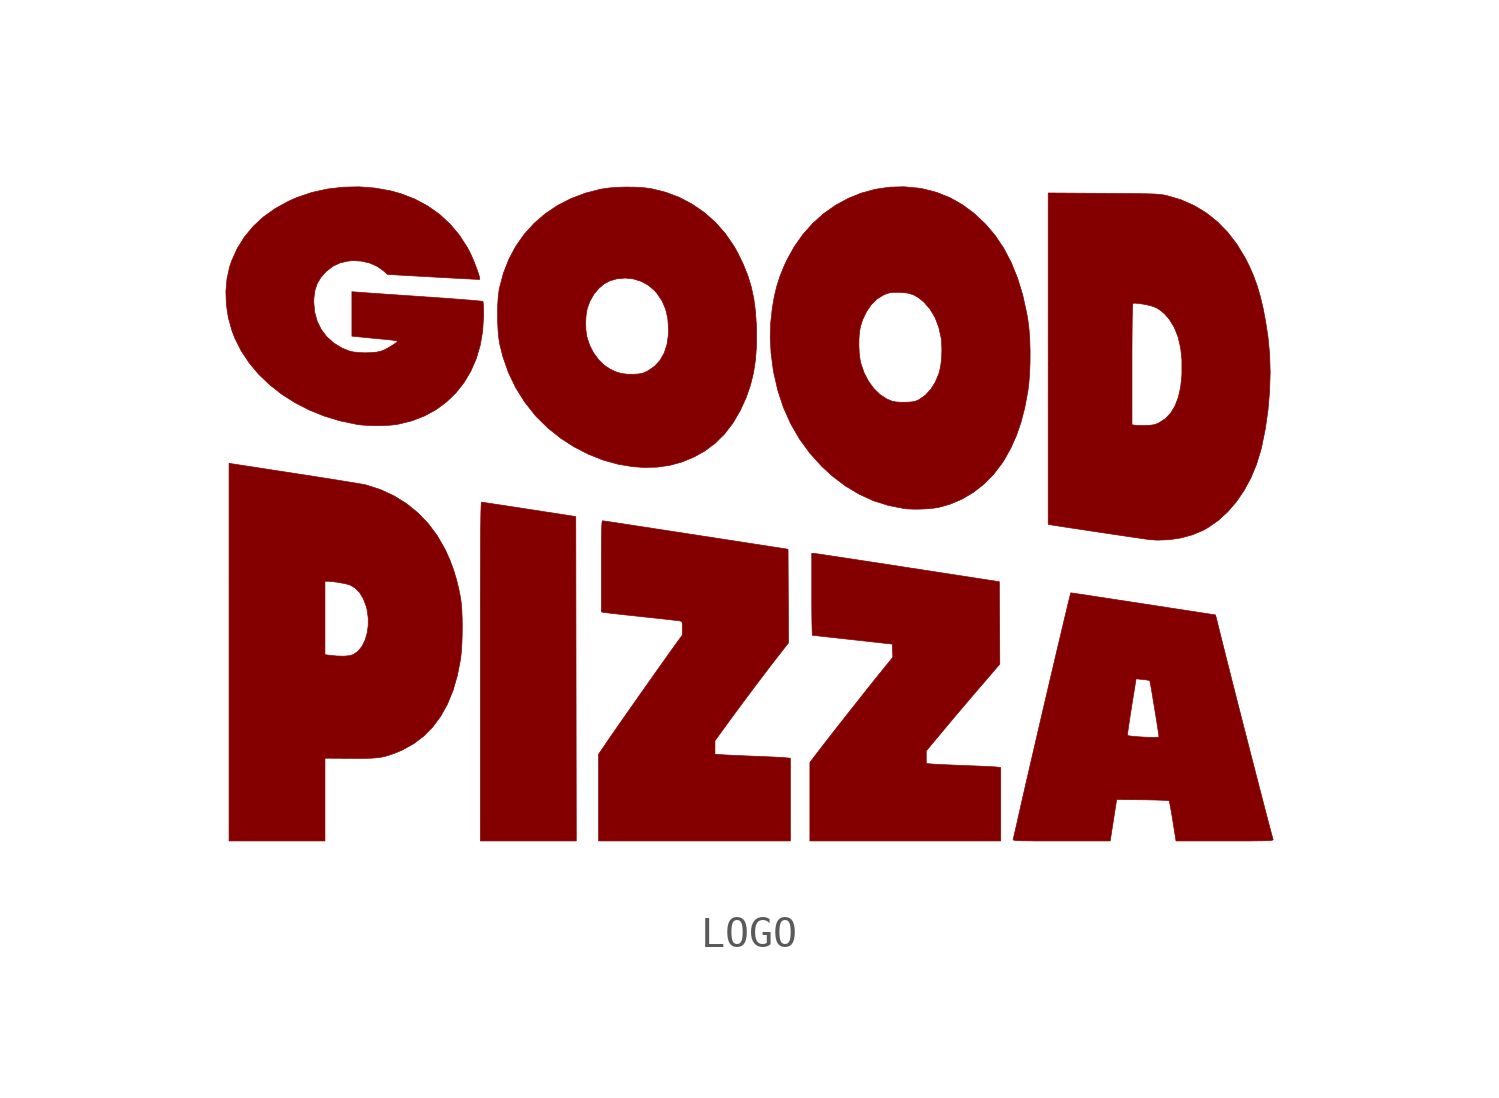
<source format=kicad_sym>
(kicad_symbol_lib
  (version 20210619)
  (generator bitmap2component)
  (symbol "LOGO"
    (pin_names
      (offset 1.016))
    (property "Reference" "#G"
      (at 0 11.575 0)
      (effects (font (size 1.27 1.27)) hide))
    (symbol "LOGO_0_0"
      (polyline (pts (xy -13.618 -8.296) (xy -12.784 -8.302) (xy -12.552 -8.303) (xy -12.31 -8.302) (xy -12.112 -8.297) (xy -11.947 -8.286) (xy -11.805 -8.269) (xy -11.676 -8.245) (xy -11.55 -8.211) (xy -11.418 -8.166) (xy -11.27 -8.111) (xy -11.074 -8.027) (xy -10.702 -7.822) (xy -10.367 -7.568) (xy -10.07 -7.266) (xy -9.812 -6.917) (xy -9.591 -6.52) (xy -9.409 -6.077) (xy -9.266 -5.586) (xy -9.161 -5.049) (xy -9.151 -4.977) (xy -9.13 -4.758) (xy -9.114 -4.504) (xy -9.106 -4.23) (xy -9.103 -3.95) (xy -9.107 -3.676) (xy -9.118 -3.422) (xy -9.135 -3.202) (xy -9.159 -3.03) (xy -9.21 -2.768) (xy -9.294 -2.419) (xy -9.39 -2.101) (xy -9.504 -1.796) (xy -9.642 -1.484) (xy -9.681 -1.405) (xy -9.931 -0.972) (xy -10.225 -0.58) (xy -10.56 -0.231) (xy -10.934 0.072) (xy -11.345 0.327) (xy -11.789 0.533) (xy -12.263 0.686) (xy -12.279 0.69) (xy -12.36 0.706) (xy -12.494 0.729) (xy -12.675 0.76) (xy -12.898 0.796) (xy -13.157 0.838) (xy -13.447 0.885) (xy -13.762 0.934) (xy -14.096 0.987) (xy -14.444 1.04) (xy -14.576 1.06) (xy -14.918 1.113) (xy -15.245 1.163) (xy -15.55 1.21) (xy -15.827 1.253) (xy -16.071 1.291) (xy -16.277 1.322) (xy -16.439 1.347) (xy -16.552 1.365) (xy -16.609 1.373) (xy -16.77 1.398) (xy -16.77 -2.479) (xy -13.618 -2.479) (xy -13.549 -2.479) (xy -13.484 -2.481) (xy -13.339 -2.494) (xy -13.178 -2.517) (xy -13.018 -2.546) (xy -12.88 -2.577) (xy -12.784 -2.608) (xy -12.631 -2.698) (xy -12.478 -2.852) (xy -12.354 -3.056) (xy -12.26 -3.306) (xy -12.233 -3.414) (xy -12.196 -3.678) (xy -12.196 -3.939) (xy -12.231 -4.187) (xy -12.298 -4.415) (xy -12.396 -4.613) (xy -12.522 -4.772) (xy -12.674 -4.883) (xy -12.683 -4.888) (xy -12.813 -4.926) (xy -12.995 -4.942) (xy -13.221 -4.937) (xy -13.488 -4.91) (xy -13.618 -4.893) (xy -13.618 -2.479) (xy -16.77 -2.479) (xy -16.77 -11.017) (xy -13.618 -11.017) (xy -13.618 -8.296)) (stroke (width 0.01)) (fill (type outline)))
      (polyline (pts (xy -5.363 -5.685) (xy -5.371 -0.353) (xy -6.901 -0.116) (xy -6.975 -0.105) (xy -7.27 -0.059) (xy -7.546 -0.017) (xy -7.798 0.021) (xy -8.018 0.055) (xy -8.2 0.082) (xy -8.341 0.103) (xy -8.432 0.117) (xy -8.469 0.121) (xy -8.474 0.111) (xy -8.479 0.077) (xy -8.483 0.018) (xy -8.486 -0.069) (xy -8.49 -0.186) (xy -8.493 -0.336) (xy -8.495 -0.519) (xy -8.498 -0.739) (xy -8.5 -0.998) (xy -8.502 -1.298) (xy -8.503 -1.642) (xy -8.504 -2.031) (xy -8.505 -2.468) (xy -8.506 -2.955) (xy -8.507 -3.494) (xy -8.507 -4.087) (xy -8.507 -4.738) (xy -8.507 -11.017) (xy -5.355 -11.017) (xy -5.363 -5.685)) (stroke (width 0.01)) (fill (type outline)))
      (polyline (pts (xy 1.683 -8.298) (xy 1.522 -8.281) (xy 1.453 -8.275) (xy 1.33 -8.268) (xy 1.165 -8.26) (xy 0.969 -8.251) (xy 0.75 -8.241) (xy 0.52 -8.232) (xy 0.308 -8.224) (xy 0.079 -8.214) (xy -0.134 -8.205) (xy -0.318 -8.196) (xy -0.463 -8.189) (xy -0.558 -8.182) (xy -0.796 -8.165) (xy -0.796 -7.723) (xy -0.374 -7.144) (xy -0.266 -6.995) (xy 0.044 -6.574) (xy 0.363 -6.146) (xy 0.679 -5.726) (xy 0.981 -5.328) (xy 1.26 -4.967) (xy 1.623 -4.502) (xy 1.615 -2.964) (xy 1.607 -1.427) (xy -1.423 -0.959) (xy -1.684 -0.919) (xy -2.098 -0.855) (xy -2.492 -0.795) (xy -2.863 -0.738) (xy -3.206 -0.685) (xy -3.518 -0.637) (xy -3.793 -0.595) (xy -4.029 -0.559) (xy -4.221 -0.53) (xy -4.364 -0.509) (xy -4.456 -0.495) (xy -4.491 -0.491) (xy -4.493 -0.491) (xy -4.501 -0.507) (xy -4.509 -0.552) (xy -4.515 -0.628) (xy -4.52 -0.74) (xy -4.523 -0.892) (xy -4.526 -1.089) (xy -4.528 -1.335) (xy -4.529 -1.633) (xy -4.529 -1.989) (xy -4.529 -3.487) (xy -4.46 -3.502) (xy -4.456 -3.503) (xy -4.401 -3.51) (xy -4.293 -3.523) (xy -4.14 -3.541) (xy -3.948 -3.562) (xy -3.725 -3.587) (xy -3.478 -3.613) (xy -3.213 -3.642) (xy -3.167 -3.647) (xy -2.904 -3.675) (xy -2.659 -3.701) (xy -2.439 -3.725) (xy -2.251 -3.747) (xy -2.102 -3.764) (xy -2 -3.776) (xy -1.951 -3.783) (xy -1.923 -3.789) (xy -1.891 -3.805) (xy -1.874 -3.84) (xy -1.868 -3.908) (xy -1.867 -4.023) (xy -1.867 -4.247) (xy -2.086 -4.548) (xy -2.116 -4.59) (xy -2.231 -4.749) (xy -2.373 -4.949) (xy -2.538 -5.181) (xy -2.72 -5.438) (xy -2.914 -5.712) (xy -3.115 -5.997) (xy -3.317 -6.284) (xy -3.515 -6.566) (xy -3.704 -6.835) (xy -3.878 -7.085) (xy -4.033 -7.307) (xy -4.163 -7.495) (xy -4.263 -7.64) (xy -4.621 -8.165) (xy -4.621 -11.017) (xy 1.683 -11.017) (xy 1.683 -8.298)) (stroke (width 0.01)) (fill (type outline)))
      (polyline (pts (xy 8.599 -8.603) (xy 8.469 -8.587) (xy 8.463 -8.586) (xy 8.39 -8.581) (xy 8.267 -8.574) (xy 8.103 -8.566) (xy 7.906 -8.557) (xy 7.686 -8.548) (xy 7.452 -8.539) (xy 7.429 -8.538) (xy 7.191 -8.529) (xy 6.963 -8.519) (xy 6.755 -8.51) (xy 6.578 -8.502) (xy 6.442 -8.494) (xy 6.358 -8.489) (xy 6.151 -8.471) (xy 6.151 -8.057) (xy 6.722 -7.372) (xy 6.875 -7.189) (xy 7.078 -6.947) (xy 7.298 -6.688) (xy 7.522 -6.424) (xy 7.737 -6.171) (xy 7.931 -5.945) (xy 8.569 -5.203) (xy 8.561 -3.849) (xy 8.553 -2.495) (xy 5.539 -2.03) (xy 5.296 -1.992) (xy 4.881 -1.928) (xy 4.486 -1.868) (xy 4.113 -1.811) (xy 3.768 -1.758) (xy 3.453 -1.71) (xy 3.174 -1.668) (xy 2.934 -1.632) (xy 2.739 -1.603) (xy 2.591 -1.581) (xy 2.495 -1.567) (xy 2.456 -1.562) (xy 2.387 -1.561) (xy 2.387 -2.907) (xy 2.387 -3.107) (xy 2.388 -3.374) (xy 2.39 -3.618) (xy 2.393 -3.83) (xy 2.397 -4.007) (xy 2.401 -4.141) (xy 2.405 -4.226) (xy 2.41 -4.256) (xy 2.423 -4.257) (xy 2.49 -4.264) (xy 2.607 -4.277) (xy 2.769 -4.295) (xy 2.969 -4.317) (xy 3.201 -4.343) (xy 3.458 -4.371) (xy 3.733 -4.402) (xy 5.034 -4.546) (xy 5.043 -4.763) (xy 5.052 -4.98) (xy 4.705 -5.405) (xy 4.605 -5.529) (xy 4.455 -5.715) (xy 4.281 -5.934) (xy 4.087 -6.178) (xy 3.88 -6.44) (xy 3.666 -6.71) (xy 3.453 -6.981) (xy 3.245 -7.245) (xy 3.051 -7.494) (xy 2.875 -7.719) (xy 2.725 -7.912) (xy 2.607 -8.066) (xy 2.326 -8.435) (xy 2.326 -11.017) (xy 8.599 -11.017) (xy 8.599 -8.603)) (stroke (width 0.01)) (fill (type outline)))
      (polyline (pts (xy 12.305 -10.336) (xy 12.411 -9.655) (xy 13.265 -9.663) (xy 13.456 -9.666) (xy 13.683 -9.671) (xy 13.87 -9.677) (xy 14.012 -9.684) (xy 14.103 -9.693) (xy 14.139 -9.702) (xy 14.141 -9.708) (xy 14.154 -9.764) (xy 14.174 -9.868) (xy 14.2 -10.01) (xy 14.229 -10.182) (xy 14.26 -10.374) (xy 14.363 -11.017) (xy 15.966 -11.017) (xy 16.259 -11.017) (xy 16.567 -11.017) (xy 16.823 -11.016) (xy 17.031 -11.014) (xy 17.196 -11.012) (xy 17.323 -11.009) (xy 17.417 -11.005) (xy 17.482 -11) (xy 17.523 -10.993) (xy 17.546 -10.985) (xy 17.554 -10.975) (xy 17.553 -10.963) (xy 17.547 -10.941) (xy 17.52 -10.848) (xy 17.481 -10.702) (xy 17.429 -10.508) (xy 17.367 -10.27) (xy 17.294 -9.993) (xy 17.214 -9.683) (xy 17.125 -9.342) (xy 17.031 -8.977) (xy 16.932 -8.592) (xy 16.828 -8.191) (xy 16.723 -7.779) (xy 16.615 -7.36) (xy 16.508 -6.94) (xy 16.401 -6.523) (xy 16.297 -6.113) (xy 16.196 -5.716) (xy 16.1 -5.335) (xy 16.009 -4.976) (xy 15.926 -4.643) (xy 15.85 -4.341) (xy 15.662 -3.587) (xy 15.229 -3.52) (xy 14.826 -3.458) (xy 14.232 -3.367) (xy 13.681 -3.282) (xy 13.175 -3.204) (xy 12.716 -3.134) (xy 12.305 -3.071) (xy 11.944 -3.016) (xy 11.633 -2.969) (xy 11.376 -2.929) (xy 11.172 -2.899) (xy 11.025 -2.877) (xy 10.935 -2.864) (xy 10.904 -2.86) (xy 10.902 -2.864) (xy 10.888 -2.913) (xy 10.862 -3.016) (xy 10.825 -3.169) (xy 10.777 -3.367) (xy 10.72 -3.606) (xy 10.654 -3.882) (xy 10.581 -4.19) (xy 10.501 -4.526) (xy 10.416 -4.886) (xy 10.327 -5.266) (xy 10.234 -5.66) (xy 10.139 -6.065) (xy 10.043 -6.477) (xy 9.946 -6.891) (xy 9.85 -7.303) (xy 9.795 -7.539) (xy 12.768 -7.539) (xy 12.772 -7.484) (xy 12.785 -7.378) (xy 12.806 -7.231) (xy 12.833 -7.048) (xy 12.865 -6.838) (xy 12.901 -6.609) (xy 13.05 -5.687) (xy 13.265 -5.708) (xy 13.272 -5.709) (xy 13.38 -5.722) (xy 13.461 -5.736) (xy 13.499 -5.749) (xy 13.5 -5.75) (xy 13.509 -5.79) (xy 13.526 -5.881) (xy 13.55 -6.012) (xy 13.578 -6.176) (xy 13.609 -6.363) (xy 13.642 -6.563) (xy 13.676 -6.769) (xy 13.708 -6.97) (xy 13.738 -7.158) (xy 13.764 -7.324) (xy 13.784 -7.458) (xy 13.797 -7.552) (xy 13.802 -7.597) (xy 13.78 -7.606) (xy 13.708 -7.611) (xy 13.598 -7.612) (xy 13.461 -7.609) (xy 13.31 -7.603) (xy 13.158 -7.594) (xy 13.015 -7.583) (xy 12.895 -7.571) (xy 12.809 -7.559) (xy 12.769 -7.546) (xy 12.768 -7.539) (xy 9.795 -7.539) (xy 9.756 -7.709) (xy 9.664 -8.104) (xy 9.576 -8.484) (xy 9.493 -8.844) (xy 9.415 -9.181) (xy 9.344 -9.49) (xy 9.281 -9.767) (xy 9.227 -10.007) (xy 9.209 -10.088) (xy 9.159 -10.311) (xy 9.113 -10.514) (xy 9.073 -10.688) (xy 9.041 -10.826) (xy 9.019 -10.921) (xy 9.008 -10.963) (xy 9.007 -10.973) (xy 9.014 -10.983) (xy 9.034 -10.992) (xy 9.071 -10.999) (xy 9.132 -11.004) (xy 9.22 -11.009) (xy 9.34 -11.012) (xy 9.498 -11.014) (xy 9.697 -11.016) (xy 9.944 -11.016) (xy 10.242 -11.017) (xy 10.596 -11.017) (xy 12.199 -11.017) (xy 12.305 -10.336)) (stroke (width 0.01)) (fill (type outline)))
      (polyline (pts (xy 14.135 -1.114) (xy 14.526 -1.055) (xy 14.899 -0.953) (xy 15.24 -0.811) (xy 15.408 -0.719) (xy 15.746 -0.484) (xy 16.06 -0.198) (xy 16.347 0.135) (xy 16.603 0.509) (xy 16.825 0.921) (xy 17.009 1.364) (xy 17.152 1.835) (xy 17.178 1.942) (xy 17.299 2.534) (xy 17.386 3.148) (xy 17.439 3.77) (xy 17.458 4.386) (xy 17.441 4.982) (xy 17.387 5.544) (xy 17.383 5.569) (xy 17.309 6.058) (xy 17.226 6.496) (xy 17.132 6.891) (xy 17.024 7.254) (xy 16.9 7.591) (xy 16.757 7.914) (xy 16.637 8.15) (xy 16.366 8.598) (xy 16.061 8.994) (xy 15.724 9.339) (xy 15.355 9.633) (xy 14.955 9.874) (xy 14.524 10.063) (xy 14.062 10.199) (xy 14.038 10.205) (xy 13.977 10.217) (xy 13.915 10.228) (xy 13.844 10.237) (xy 13.76 10.244) (xy 13.657 10.251) (xy 13.531 10.256) (xy 13.375 10.26) (xy 13.185 10.263) (xy 12.956 10.267) (xy 12.68 10.269) (xy 12.355 10.272) (xy 11.973 10.274) (xy 10.16 10.286) (xy 10.16 4.652) (xy 12.914 4.652) (xy 12.914 4.876) (xy 12.915 5.269) (xy 12.917 5.619) (xy 12.92 5.922) (xy 12.923 6.176) (xy 12.927 6.379) (xy 12.932 6.528) (xy 12.938 6.621) (xy 12.944 6.655) (xy 12.957 6.66) (xy 13.026 6.663) (xy 13.134 6.653) (xy 13.264 6.635) (xy 13.402 6.609) (xy 13.531 6.578) (xy 13.636 6.545) (xy 13.741 6.498) (xy 13.867 6.415) (xy 14.004 6.292) (xy 14.142 6.133) (xy 14.307 5.865) (xy 14.431 5.552) (xy 14.514 5.194) (xy 14.557 4.792) (xy 14.557 4.346) (xy 14.555 4.288) (xy 14.515 3.909) (xy 14.441 3.576) (xy 14.332 3.291) (xy 14.191 3.055) (xy 14.015 2.868) (xy 13.808 2.733) (xy 13.712 2.691) (xy 13.619 2.664) (xy 13.509 2.65) (xy 13.36 2.643) (xy 13.308 2.643) (xy 13.177 2.643) (xy 13.067 2.646) (xy 12.998 2.652) (xy 12.914 2.667) (xy 12.914 4.652) (xy 10.16 4.652) (xy 10.16 -0.607) (xy 10.244 -0.624) (xy 10.287 -0.631) (xy 10.386 -0.647) (xy 10.531 -0.669) (xy 10.716 -0.698) (xy 10.934 -0.731) (xy 11.177 -0.767) (xy 11.438 -0.807) (xy 11.711 -0.848) (xy 11.987 -0.889) (xy 12.261 -0.93) (xy 12.525 -0.969) (xy 12.771 -1.006) (xy 12.993 -1.038) (xy 13.184 -1.066) (xy 13.336 -1.089) (xy 13.442 -1.104) (xy 13.496 -1.111) (xy 13.742 -1.127) (xy 14.135 -1.114)) (stroke (width 0.01)) (fill (type outline)))
      (polyline (pts (xy 5.949 -0.107) (xy 6.179 -0.096) (xy 6.391 -0.077) (xy 6.564 -0.049) (xy 6.923 0.051) (xy 7.322 0.219) (xy 7.698 0.441) (xy 8.046 0.712) (xy 8.359 1.029) (xy 8.634 1.388) (xy 8.72 1.52) (xy 8.934 1.903) (xy 9.116 2.311) (xy 9.268 2.752) (xy 9.391 3.233) (xy 9.491 3.764) (xy 9.522 4.007) (xy 9.549 4.347) (xy 9.563 4.714) (xy 9.565 5.09) (xy 9.554 5.46) (xy 9.53 5.803) (xy 9.493 6.105) (xy 9.458 6.311) (xy 9.325 6.92) (xy 9.155 7.48) (xy 8.948 7.994) (xy 8.703 8.462) (xy 8.419 8.886) (xy 8.096 9.266) (xy 8.092 9.27) (xy 7.725 9.615) (xy 7.337 9.902) (xy 6.929 10.132) (xy 6.5 10.304) (xy 6.049 10.42) (xy 5.91 10.444) (xy 5.423 10.49) (xy 4.943 10.477) (xy 4.473 10.407) (xy 4.018 10.283) (xy 3.581 10.107) (xy 3.166 9.881) (xy 2.777 9.606) (xy 2.418 9.285) (xy 2.094 8.92) (xy 1.807 8.513) (xy 1.562 8.066) (xy 1.487 7.904) (xy 1.348 7.564) (xy 1.24 7.23) (xy 1.155 6.88) (xy 1.089 6.492) (xy 1.038 6.028) (xy 1.022 5.534) (xy 1.036 5.276) (xy 3.936 5.276) (xy 3.94 5.513) (xy 3.958 5.729) (xy 3.991 5.906) (xy 4.064 6.129) (xy 4.193 6.396) (xy 4.353 6.624) (xy 4.54 6.805) (xy 4.75 6.934) (xy 4.798 6.955) (xy 4.891 6.99) (xy 4.979 7.01) (xy 5.087 7.019) (xy 5.233 7.021) (xy 5.323 7.019) (xy 5.541 6.995) (xy 5.725 6.941) (xy 5.892 6.848) (xy 6.06 6.712) (xy 6.069 6.703) (xy 6.277 6.466) (xy 6.443 6.186) (xy 6.565 5.866) (xy 6.643 5.508) (xy 6.658 5.359) (xy 6.665 5.124) (xy 6.657 4.88) (xy 6.633 4.648) (xy 6.595 4.453) (xy 6.56 4.332) (xy 6.448 4.067) (xy 6.302 3.835) (xy 6.128 3.644) (xy 5.932 3.504) (xy 5.876 3.474) (xy 5.799 3.442) (xy 5.717 3.422) (xy 5.611 3.412) (xy 5.463 3.406) (xy 5.323 3.405) (xy 5.15 3.416) (xy 5.028 3.44) (xy 4.854 3.513) (xy 4.63 3.66) (xy 4.428 3.857) (xy 4.253 4.096) (xy 4.109 4.372) (xy 4.003 4.678) (xy 3.972 4.824) (xy 3.947 5.04) (xy 3.936 5.276) (xy 1.036 5.276) (xy 1.048 5.03) (xy 1.117 4.498) (xy 1.136 4.385) (xy 1.272 3.79) (xy 1.459 3.226) (xy 1.698 2.693) (xy 1.988 2.193) (xy 2.328 1.728) (xy 2.716 1.298) (xy 3.062 0.981) (xy 3.496 0.651) (xy 3.949 0.38) (xy 4.422 0.166) (xy 4.916 0.01) (xy 5.432 -0.09) (xy 5.523 -0.1) (xy 5.724 -0.108) (xy 5.949 -0.107)) (stroke (width 0.01)) (fill (type outline)))
      (polyline (pts (xy -2.7 1.272) (xy -2.28 1.332) (xy -1.876 1.443) (xy -1.482 1.606) (xy -1.132 1.802) (xy -0.787 2.06) (xy -0.479 2.365) (xy -0.207 2.719) (xy 0.03 3.123) (xy 0.049 3.16) (xy 0.229 3.557) (xy 0.369 3.958) (xy 0.472 4.372) (xy 0.538 4.811) (xy 0.571 5.283) (xy 0.572 5.799) (xy 0.566 5.951) (xy 0.535 6.406) (xy 0.48 6.819) (xy 0.397 7.205) (xy 0.283 7.576) (xy 0.135 7.944) (xy -0.05 8.324) (xy -0.171 8.539) (xy -0.451 8.947) (xy -0.773 9.313) (xy -1.134 9.635) (xy -1.53 9.91) (xy -1.956 10.136) (xy -2.41 10.309) (xy -2.888 10.427) (xy -2.907 10.43) (xy -3.149 10.461) (xy -3.429 10.477) (xy -3.728 10.481) (xy -4.027 10.471) (xy -4.306 10.448) (xy -4.545 10.412) (xy -5.056 10.281) (xy -5.533 10.101) (xy -5.974 9.874) (xy -6.378 9.602) (xy -6.742 9.287) (xy -7.064 8.931) (xy -7.341 8.537) (xy -7.572 8.106) (xy -7.753 7.641) (xy -7.884 7.145) (xy -7.894 7.087) (xy -7.921 6.87) (xy -7.938 6.615) (xy -7.944 6.336) (xy -7.94 6.051) (xy -7.938 6.009) (xy -5.047 6.009) (xy -5.035 6.246) (xy -5.002 6.454) (xy -4.994 6.488) (xy -4.906 6.729) (xy -4.779 6.951) (xy -4.62 7.144) (xy -4.439 7.298) (xy -4.244 7.401) (xy -4.024 7.463) (xy -3.749 7.489) (xy -3.477 7.46) (xy -3.218 7.38) (xy -2.981 7.249) (xy -2.775 7.07) (xy -2.701 6.984) (xy -2.533 6.737) (xy -2.416 6.463) (xy -2.346 6.157) (xy -2.322 5.814) (xy -2.328 5.616) (xy -2.374 5.298) (xy -2.465 5.021) (xy -2.6 4.784) (xy -2.78 4.59) (xy -3.002 4.438) (xy -3.039 4.419) (xy -3.134 4.375) (xy -3.223 4.348) (xy -3.328 4.334) (xy -3.471 4.326) (xy -3.673 4.327) (xy -3.87 4.351) (xy -4.054 4.407) (xy -4.248 4.498) (xy -4.435 4.624) (xy -4.623 4.809) (xy -4.787 5.032) (xy -4.916 5.28) (xy -5.002 5.542) (xy -5.006 5.559) (xy -5.037 5.77) (xy -5.047 6.009) (xy -7.938 6.009) (xy -7.927 5.775) (xy -7.904 5.525) (xy -7.871 5.317) (xy -7.768 4.903) (xy -7.583 4.378) (xy -7.345 3.882) (xy -7.053 3.416) (xy -6.71 2.981) (xy -6.651 2.916) (xy -6.28 2.552) (xy -5.87 2.226) (xy -5.428 1.94) (xy -4.962 1.7) (xy -4.48 1.508) (xy -3.989 1.37) (xy -3.497 1.288) (xy -3.145 1.263) (xy -2.7 1.272)) (stroke (width 0.01)) (fill (type outline)))
      (polyline (pts (xy -11.681 2.64) (xy -11.442 2.654) (xy -11.243 2.678) (xy -11.201 2.686) (xy -10.755 2.796) (xy -10.341 2.957) (xy -9.961 3.165) (xy -9.617 3.42) (xy -9.311 3.716) (xy -9.046 4.052) (xy -8.823 4.426) (xy -8.645 4.833) (xy -8.515 5.272) (xy -8.433 5.739) (xy -8.403 6.232) (xy -8.403 6.316) (xy -8.405 6.469) (xy -8.409 6.595) (xy -8.416 6.683) (xy -8.424 6.72) (xy -8.426 6.721) (xy -8.469 6.728) (xy -8.567 6.738) (xy -8.715 6.752) (xy -8.908 6.768) (xy -9.139 6.786) (xy -9.405 6.806) (xy -9.699 6.828) (xy -10.016 6.85) (xy -10.352 6.873) (xy -10.369 6.875) (xy -10.711 6.898) (xy -11.042 6.92) (xy -11.353 6.942) (xy -11.64 6.961) (xy -11.897 6.979) (xy -12.116 6.994) (xy -12.293 7.007) (xy -12.421 7.016) (xy -12.493 7.021) (xy -12.731 7.04) (xy -12.731 5.579) (xy -12.386 5.545) (xy -12.247 5.531) (xy -12.043 5.511) (xy -11.831 5.491) (xy -11.636 5.473) (xy -11.6 5.47) (xy -11.455 5.454) (xy -11.338 5.439) (xy -11.26 5.424) (xy -11.231 5.413) (xy -11.234 5.405) (xy -11.275 5.366) (xy -11.352 5.31) (xy -11.453 5.246) (xy -11.563 5.183) (xy -11.669 5.128) (xy -11.759 5.09) (xy -11.771 5.086) (xy -11.914 5.055) (xy -12.097 5.037) (xy -12.298 5.031) (xy -12.499 5.039) (xy -12.68 5.059) (xy -12.822 5.092) (xy -13.051 5.185) (xy -13.325 5.35) (xy -13.555 5.555) (xy -13.739 5.797) (xy -13.874 6.072) (xy -13.957 6.375) (xy -13.985 6.703) (xy -13.982 6.821) (xy -13.948 7.082) (xy -13.871 7.311) (xy -13.747 7.516) (xy -13.572 7.71) (xy -13.556 7.724) (xy -13.349 7.881) (xy -13.122 7.987) (xy -12.86 8.047) (xy -12.69 8.062) (xy -12.411 8.045) (xy -12.143 7.981) (xy -11.899 7.873) (xy -11.691 7.724) (xy -11.562 7.608) (xy -10.058 7.523) (xy -10.015 7.521) (xy -9.72 7.504) (xy -9.444 7.489) (xy -9.194 7.476) (xy -8.975 7.465) (xy -8.793 7.455) (xy -8.655 7.449) (xy -8.565 7.445) (xy -8.531 7.445) (xy -8.529 7.447) (xy -8.53 7.485) (xy -8.55 7.568) (xy -8.587 7.684) (xy -8.636 7.822) (xy -8.694 7.972) (xy -8.756 8.124) (xy -8.819 8.266) (xy -8.88 8.389) (xy -8.937 8.495) (xy -9.199 8.901) (xy -9.505 9.265) (xy -9.852 9.585) (xy -10.239 9.859) (xy -10.664 10.086) (xy -11.124 10.264) (xy -11.462 10.357) (xy -11.969 10.448) (xy -12.491 10.488) (xy -13.017 10.477) (xy -13.538 10.416) (xy -14.043 10.305) (xy -14.522 10.144) (xy -14.823 10.012) (xy -15.256 9.773) (xy -15.641 9.498) (xy -15.978 9.187) (xy -16.265 8.839) (xy -16.503 8.457) (xy -16.691 8.039) (xy -16.751 7.858) (xy -16.838 7.464) (xy -16.874 7.049) (xy -16.86 6.623) (xy -16.795 6.194) (xy -16.679 5.772) (xy -16.577 5.506) (xy -16.366 5.087) (xy -16.102 4.691) (xy -15.79 4.32) (xy -15.432 3.978) (xy -15.034 3.666) (xy -14.599 3.389) (xy -14.13 3.149) (xy -13.632 2.948) (xy -13.108 2.79) (xy -12.562 2.677) (xy -12.429 2.66) (xy -12.195 2.643) (xy -11.939 2.636) (xy -11.681 2.64)) (stroke (width 0.01)) (fill (type outline))))))
</source>
